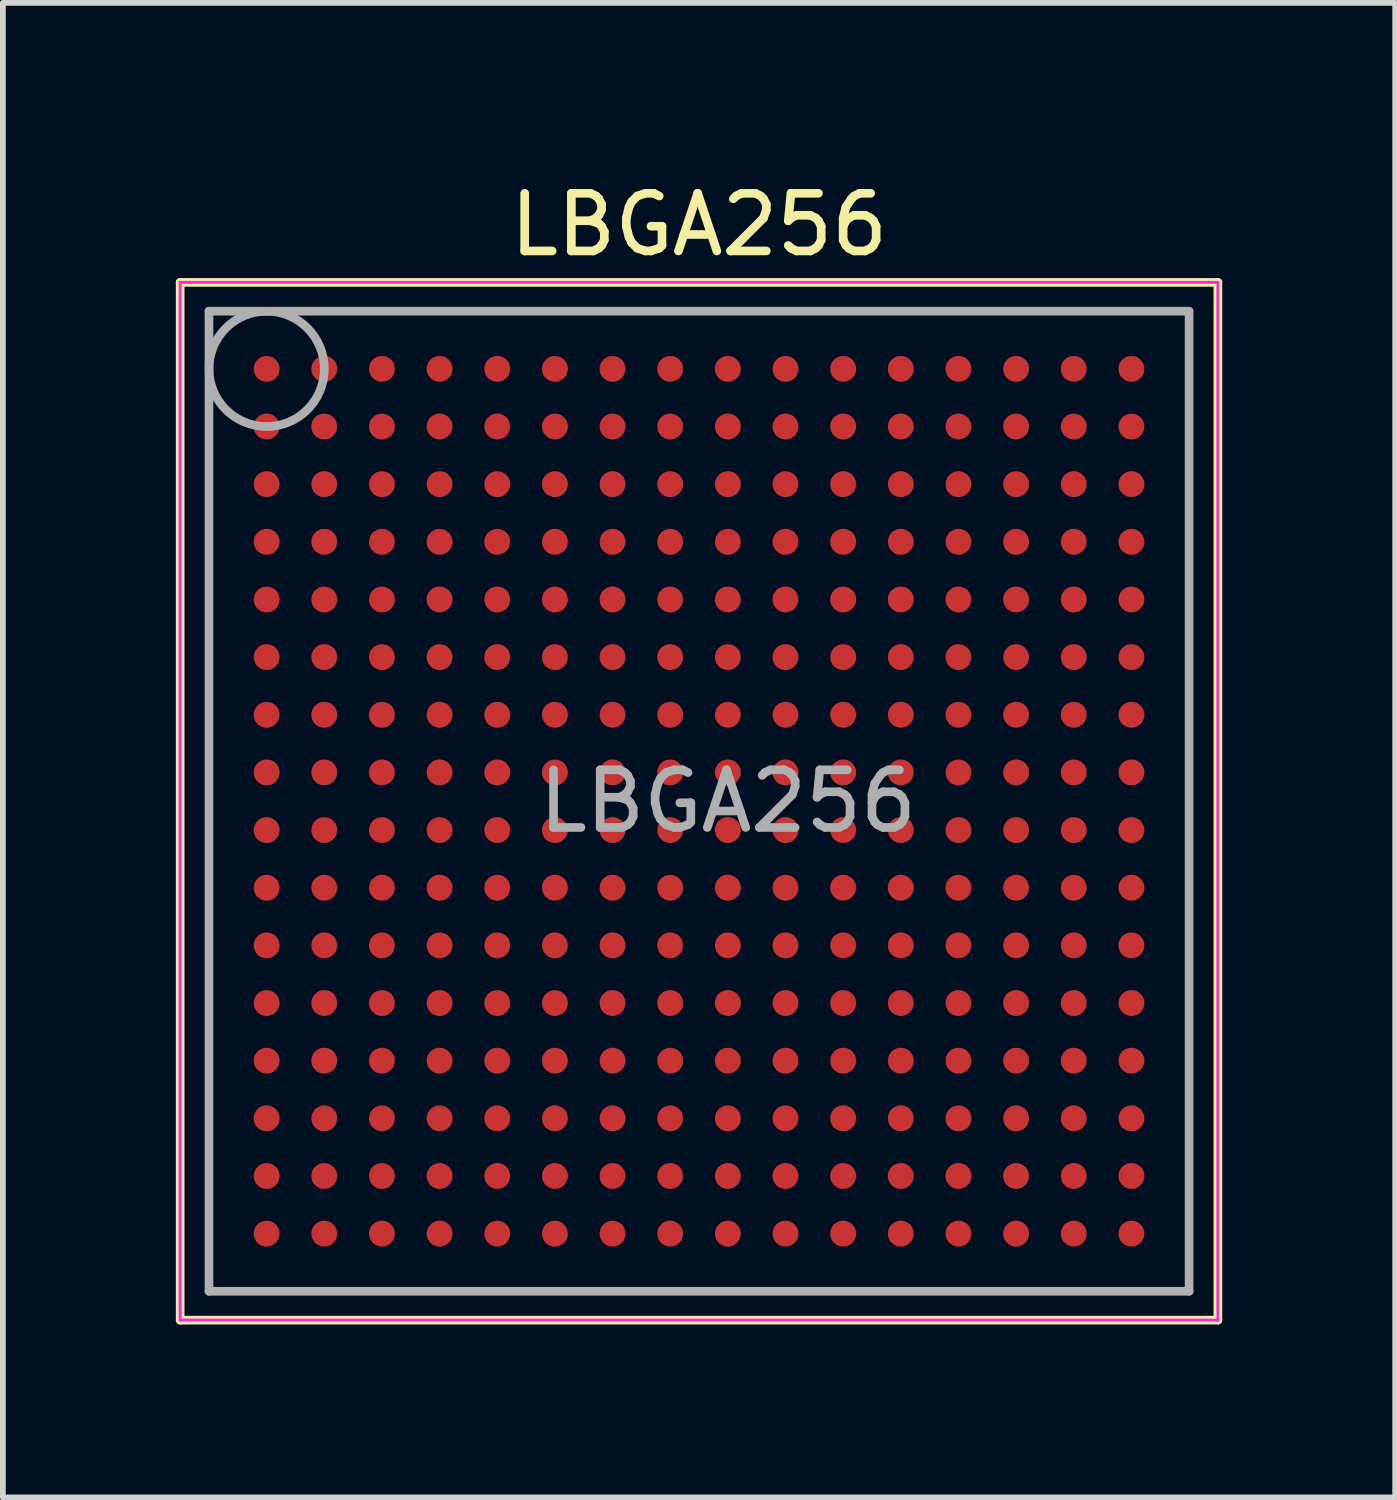
<source format=kicad_pcb>
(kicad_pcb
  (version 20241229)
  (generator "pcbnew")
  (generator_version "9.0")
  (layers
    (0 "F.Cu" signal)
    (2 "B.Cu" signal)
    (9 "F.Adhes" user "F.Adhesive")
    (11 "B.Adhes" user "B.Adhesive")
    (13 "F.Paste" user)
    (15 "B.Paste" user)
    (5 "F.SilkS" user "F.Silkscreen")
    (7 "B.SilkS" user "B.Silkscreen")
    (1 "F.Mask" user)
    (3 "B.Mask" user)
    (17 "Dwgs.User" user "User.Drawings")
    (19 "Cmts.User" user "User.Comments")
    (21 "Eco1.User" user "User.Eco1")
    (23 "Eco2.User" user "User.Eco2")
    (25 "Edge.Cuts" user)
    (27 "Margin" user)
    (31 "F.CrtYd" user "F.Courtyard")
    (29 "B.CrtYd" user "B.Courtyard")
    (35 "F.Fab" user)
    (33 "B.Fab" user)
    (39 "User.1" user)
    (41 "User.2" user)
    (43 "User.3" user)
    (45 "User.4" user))
  (footprint "LBGA256"
    (layer "F.Cu")
    (at 9.075 10.848)
    (property "Reference" "LBGA256" (at 0 -10 0) (layer "F.SilkS") (effects (font (size 1 1) (thickness 0.15))))
    (attr smd)
    (fp_line (start -9 -9) (end 9 -9) (stroke (width 0.15) (type solid)) (layer "F.SilkS"))
    (fp_line (start -9 9) (end -9 -9) (stroke (width 0.15) (type solid)) (layer "F.SilkS"))
    (fp_line (start 9 -9) (end 9 9) (stroke (width 0.15) (type solid)) (layer "F.SilkS"))
    (fp_line (start 9 9) (end -9 9) (stroke (width 0.15) (type solid)) (layer "F.SilkS"))
    (fp_line (start -9 -9) (end 9 -9) (stroke (width 0.05) (type solid)) (layer "F.CrtYd"))
    (fp_line (start -9 9) (end -9 -9) (stroke (width 0.05) (type solid)) (layer "F.CrtYd"))
    (fp_line (start 9 -9) (end 9 9) (stroke (width 0.05) (type solid)) (layer "F.CrtYd"))
    (fp_line (start 9 9) (end -9 9) (stroke (width 0.05) (type solid)) (layer "F.CrtYd"))
    (fp_line (start -8.5 -8.5) (end -8.5 8.5) (stroke (width 0.15) (type solid)) (layer "F.Fab"))
    (fp_line (start -8.5 8.5) (end 8.5 8.5) (stroke (width 0.15) (type solid)) (layer "F.Fab"))
    (fp_line (start 8.5 -8.5) (end -8.5 -8.5) (stroke (width 0.15) (type solid)) (layer "F.Fab"))
    (fp_line (start 8.5 8.5) (end 8.5 -8.5) (stroke (width 0.15) (type solid)) (layer "F.Fab"))
    (fp_circle (center -7.5 -7.5) (end -6.5 -7.5) (stroke (width 0.15) (type solid)) (fill no) (layer "F.Fab"))
    (fp_text user "${REFERENCE}" (at 0.5 0 0) (layer "F.Fab") (effects (font (size 1 1) (thickness 0.15))))
    (pad "A1" smd circle (at -7.5 -7.5) (size 0.45 0.45) (layers "F.Cu" "F.Mask" "F.Paste"))
    (pad "A2" smd circle (at -6.5 -7.5) (size 0.45 0.45) (layers "F.Cu" "F.Mask" "F.Paste"))
    (pad "A3" smd circle (at -5.5 -7.5) (size 0.45 0.45) (layers "F.Cu" "F.Mask" "F.Paste"))
    (pad "A4" smd circle (at -4.5 -7.5) (size 0.45 0.45) (layers "F.Cu" "F.Mask" "F.Paste"))
    (pad "A5" smd circle (at -3.5 -7.5) (size 0.45 0.45) (layers "F.Cu" "F.Mask" "F.Paste"))
    (pad "A6" smd circle (at -2.5 -7.5) (size 0.45 0.45) (layers "F.Cu" "F.Mask" "F.Paste"))
    (pad "A7" smd circle (at -1.5 -7.5) (size 0.45 0.45) (layers "F.Cu" "F.Mask" "F.Paste"))
    (pad "A8" smd circle (at -0.5 -7.5) (size 0.45 0.45) (layers "F.Cu" "F.Mask" "F.Paste"))
    (pad "A9" smd circle (at 0.5 -7.5) (size 0.45 0.45) (layers "F.Cu" "F.Mask" "F.Paste"))
    (pad "A10" smd circle (at 1.5 -7.5) (size 0.45 0.45) (layers "F.Cu" "F.Mask" "F.Paste"))
    (pad "A11" smd circle (at 2.5 -7.5) (size 0.45 0.45) (layers "F.Cu" "F.Mask" "F.Paste"))
    (pad "A12" smd circle (at 3.5 -7.5) (size 0.45 0.45) (layers "F.Cu" "F.Mask" "F.Paste"))
    (pad "A13" smd circle (at 4.5 -7.5) (size 0.45 0.45) (layers "F.Cu" "F.Mask" "F.Paste"))
    (pad "A14" smd circle (at 5.5 -7.5) (size 0.45 0.45) (layers "F.Cu" "F.Mask" "F.Paste"))
    (pad "A15" smd circle (at 6.5 -7.5) (size 0.45 0.45) (layers "F.Cu" "F.Mask" "F.Paste"))
    (pad "A16" smd circle (at 7.5 -7.5) (size 0.45 0.45) (layers "F.Cu" "F.Mask" "F.Paste"))
    (pad "B1" smd circle (at -7.5 -6.5) (size 0.45 0.45) (layers "F.Cu" "F.Mask" "F.Paste"))
    (pad "B2" smd circle (at -6.5 -6.5) (size 0.45 0.45) (layers "F.Cu" "F.Mask" "F.Paste"))
    (pad "B3" smd circle (at -5.5 -6.5) (size 0.45 0.45) (layers "F.Cu" "F.Mask" "F.Paste"))
    (pad "B4" smd circle (at -4.5 -6.5) (size 0.45 0.45) (layers "F.Cu" "F.Mask" "F.Paste"))
    (pad "B5" smd circle (at -3.5 -6.5) (size 0.45 0.45) (layers "F.Cu" "F.Mask" "F.Paste"))
    (pad "B6" smd circle (at -2.5 -6.5) (size 0.45 0.45) (layers "F.Cu" "F.Mask" "F.Paste"))
    (pad "B7" smd circle (at -1.5 -6.5) (size 0.45 0.45) (layers "F.Cu" "F.Mask" "F.Paste"))
    (pad "B8" smd circle (at -0.5 -6.5) (size 0.45 0.45) (layers "F.Cu" "F.Mask" "F.Paste"))
    (pad "B9" smd circle (at 0.5 -6.5) (size 0.45 0.45) (layers "F.Cu" "F.Mask" "F.Paste"))
    (pad "B10" smd circle (at 1.5 -6.5) (size 0.45 0.45) (layers "F.Cu" "F.Mask" "F.Paste"))
    (pad "B11" smd circle (at 2.5 -6.5) (size 0.45 0.45) (layers "F.Cu" "F.Mask" "F.Paste"))
    (pad "B12" smd circle (at 3.5 -6.5) (size 0.45 0.45) (layers "F.Cu" "F.Mask" "F.Paste"))
    (pad "B13" smd circle (at 4.5 -6.5) (size 0.45 0.45) (layers "F.Cu" "F.Mask" "F.Paste"))
    (pad "B14" smd circle (at 5.5 -6.5) (size 0.45 0.45) (layers "F.Cu" "F.Mask" "F.Paste"))
    (pad "B15" smd circle (at 6.5 -6.5) (size 0.45 0.45) (layers "F.Cu" "F.Mask" "F.Paste"))
    (pad "B16" smd circle (at 7.5 -6.5) (size 0.45 0.45) (layers "F.Cu" "F.Mask" "F.Paste"))
    (pad "C1" smd circle (at -7.5 -5.5) (size 0.45 0.45) (layers "F.Cu" "F.Mask" "F.Paste"))
    (pad "C2" smd circle (at -6.5 -5.5) (size 0.45 0.45) (layers "F.Cu" "F.Mask" "F.Paste"))
    (pad "C3" smd circle (at -5.5 -5.5) (size 0.45 0.45) (layers "F.Cu" "F.Mask" "F.Paste"))
    (pad "C4" smd circle (at -4.5 -5.5) (size 0.45 0.45) (layers "F.Cu" "F.Mask" "F.Paste"))
    (pad "C5" smd circle (at -3.5 -5.5) (size 0.45 0.45) (layers "F.Cu" "F.Mask" "F.Paste"))
    (pad "C6" smd circle (at -2.5 -5.5) (size 0.45 0.45) (layers "F.Cu" "F.Mask" "F.Paste"))
    (pad "C7" smd circle (at -1.5 -5.5) (size 0.45 0.45) (layers "F.Cu" "F.Mask" "F.Paste"))
    (pad "C8" smd circle (at -0.5 -5.5) (size 0.45 0.45) (layers "F.Cu" "F.Mask" "F.Paste"))
    (pad "C9" smd circle (at 0.5 -5.5) (size 0.45 0.45) (layers "F.Cu" "F.Mask" "F.Paste"))
    (pad "C10" smd circle (at 1.5 -5.5) (size 0.45 0.45) (layers "F.Cu" "F.Mask" "F.Paste"))
    (pad "C11" smd circle (at 2.5 -5.5) (size 0.45 0.45) (layers "F.Cu" "F.Mask" "F.Paste"))
    (pad "C12" smd circle (at 3.5 -5.5) (size 0.45 0.45) (layers "F.Cu" "F.Mask" "F.Paste"))
    (pad "C13" smd circle (at 4.5 -5.5) (size 0.45 0.45) (layers "F.Cu" "F.Mask" "F.Paste"))
    (pad "C14" smd circle (at 5.5 -5.5) (size 0.45 0.45) (layers "F.Cu" "F.Mask" "F.Paste"))
    (pad "C15" smd circle (at 6.5 -5.5) (size 0.45 0.45) (layers "F.Cu" "F.Mask" "F.Paste"))
    (pad "C16" smd circle (at 7.5 -5.5) (size 0.45 0.45) (layers "F.Cu" "F.Mask" "F.Paste"))
    (pad "D1" smd circle (at -7.5 -4.5) (size 0.45 0.45) (layers "F.Cu" "F.Mask" "F.Paste"))
    (pad "D2" smd circle (at -6.5 -4.5) (size 0.45 0.45) (layers "F.Cu" "F.Mask" "F.Paste"))
    (pad "D3" smd circle (at -5.5 -4.5) (size 0.45 0.45) (layers "F.Cu" "F.Mask" "F.Paste"))
    (pad "D4" smd circle (at -4.5 -4.5) (size 0.45 0.45) (layers "F.Cu" "F.Mask" "F.Paste"))
    (pad "D5" smd circle (at -3.5 -4.5) (size 0.45 0.45) (layers "F.Cu" "F.Mask" "F.Paste"))
    (pad "D6" smd circle (at -2.5 -4.5) (size 0.45 0.45) (layers "F.Cu" "F.Mask" "F.Paste"))
    (pad "D7" smd circle (at -1.5 -4.5) (size 0.45 0.45) (layers "F.Cu" "F.Mask" "F.Paste"))
    (pad "D8" smd circle (at -0.5 -4.5) (size 0.45 0.45) (layers "F.Cu" "F.Mask" "F.Paste"))
    (pad "D9" smd circle (at 0.5 -4.5) (size 0.45 0.45) (layers "F.Cu" "F.Mask" "F.Paste"))
    (pad "D10" smd circle (at 1.5 -4.5) (size 0.45 0.45) (layers "F.Cu" "F.Mask" "F.Paste"))
    (pad "D11" smd circle (at 2.5 -4.5) (size 0.45 0.45) (layers "F.Cu" "F.Mask" "F.Paste"))
    (pad "D12" smd circle (at 3.5 -4.5) (size 0.45 0.45) (layers "F.Cu" "F.Mask" "F.Paste"))
    (pad "D13" smd circle (at 4.5 -4.5) (size 0.45 0.45) (layers "F.Cu" "F.Mask" "F.Paste"))
    (pad "D14" smd circle (at 5.5 -4.5) (size 0.45 0.45) (layers "F.Cu" "F.Mask" "F.Paste"))
    (pad "D15" smd circle (at 6.5 -4.5) (size 0.45 0.45) (layers "F.Cu" "F.Mask" "F.Paste"))
    (pad "D16" smd circle (at 7.5 -4.5) (size 0.45 0.45) (layers "F.Cu" "F.Mask" "F.Paste"))
    (pad "E1" smd circle (at -7.5 -3.5) (size 0.45 0.45) (layers "F.Cu" "F.Mask" "F.Paste"))
    (pad "E2" smd circle (at -6.5 -3.5) (size 0.45 0.45) (layers "F.Cu" "F.Mask" "F.Paste"))
    (pad "E3" smd circle (at -5.5 -3.5) (size 0.45 0.45) (layers "F.Cu" "F.Mask" "F.Paste"))
    (pad "E4" smd circle (at -4.5 -3.5) (size 0.45 0.45) (layers "F.Cu" "F.Mask" "F.Paste"))
    (pad "E5" smd circle (at -3.5 -3.5) (size 0.45 0.45) (layers "F.Cu" "F.Mask" "F.Paste"))
    (pad "E6" smd circle (at -2.5 -3.5) (size 0.45 0.45) (layers "F.Cu" "F.Mask" "F.Paste"))
    (pad "E7" smd circle (at -1.5 -3.5) (size 0.45 0.45) (layers "F.Cu" "F.Mask" "F.Paste"))
    (pad "E8" smd circle (at -0.5 -3.5) (size 0.45 0.45) (layers "F.Cu" "F.Mask" "F.Paste"))
    (pad "E9" smd circle (at 0.5 -3.5) (size 0.45 0.45) (layers "F.Cu" "F.Mask" "F.Paste"))
    (pad "E10" smd circle (at 1.5 -3.5) (size 0.45 0.45) (layers "F.Cu" "F.Mask" "F.Paste"))
    (pad "E11" smd circle (at 2.5 -3.5) (size 0.45 0.45) (layers "F.Cu" "F.Mask" "F.Paste"))
    (pad "E12" smd circle (at 3.5 -3.5) (size 0.45 0.45) (layers "F.Cu" "F.Mask" "F.Paste"))
    (pad "E13" smd circle (at 4.5 -3.5) (size 0.45 0.45) (layers "F.Cu" "F.Mask" "F.Paste"))
    (pad "E14" smd circle (at 5.5 -3.5) (size 0.45 0.45) (layers "F.Cu" "F.Mask" "F.Paste"))
    (pad "E15" smd circle (at 6.5 -3.5) (size 0.45 0.45) (layers "F.Cu" "F.Mask" "F.Paste"))
    (pad "E16" smd circle (at 7.5 -3.5) (size 0.45 0.45) (layers "F.Cu" "F.Mask" "F.Paste"))
    (pad "F1" smd circle (at -7.5 -2.5) (size 0.45 0.45) (layers "F.Cu" "F.Mask" "F.Paste"))
    (pad "F2" smd circle (at -6.5 -2.5) (size 0.45 0.45) (layers "F.Cu" "F.Mask" "F.Paste"))
    (pad "F3" smd circle (at -5.5 -2.5) (size 0.45 0.45) (layers "F.Cu" "F.Mask" "F.Paste"))
    (pad "F4" smd circle (at -4.5 -2.5) (size 0.45 0.45) (layers "F.Cu" "F.Mask" "F.Paste"))
    (pad "F5" smd circle (at -3.5 -2.5) (size 0.45 0.45) (layers "F.Cu" "F.Mask" "F.Paste"))
    (pad "F6" smd circle (at -2.5 -2.5) (size 0.45 0.45) (layers "F.Cu" "F.Mask" "F.Paste"))
    (pad "F7" smd circle (at -1.5 -2.5) (size 0.45 0.45) (layers "F.Cu" "F.Mask" "F.Paste"))
    (pad "F8" smd circle (at -0.5 -2.5) (size 0.45 0.45) (layers "F.Cu" "F.Mask" "F.Paste"))
    (pad "F9" smd circle (at 0.5 -2.5) (size 0.45 0.45) (layers "F.Cu" "F.Mask" "F.Paste"))
    (pad "F10" smd circle (at 1.5 -2.5) (size 0.45 0.45) (layers "F.Cu" "F.Mask" "F.Paste"))
    (pad "F11" smd circle (at 2.5 -2.5) (size 0.45 0.45) (layers "F.Cu" "F.Mask" "F.Paste"))
    (pad "F12" smd circle (at 3.5 -2.5) (size 0.45 0.45) (layers "F.Cu" "F.Mask" "F.Paste"))
    (pad "F13" smd circle (at 4.5 -2.5) (size 0.45 0.45) (layers "F.Cu" "F.Mask" "F.Paste"))
    (pad "F14" smd circle (at 5.5 -2.5) (size 0.45 0.45) (layers "F.Cu" "F.Mask" "F.Paste"))
    (pad "F15" smd circle (at 6.5 -2.5) (size 0.45 0.45) (layers "F.Cu" "F.Mask" "F.Paste"))
    (pad "F16" smd circle (at 7.5 -2.5) (size 0.45 0.45) (layers "F.Cu" "F.Mask" "F.Paste"))
    (pad "G1" smd circle (at -7.5 -1.5) (size 0.45 0.45) (layers "F.Cu" "F.Mask" "F.Paste"))
    (pad "G2" smd circle (at -6.5 -1.5) (size 0.45 0.45) (layers "F.Cu" "F.Mask" "F.Paste"))
    (pad "G3" smd circle (at -5.5 -1.5) (size 0.45 0.45) (layers "F.Cu" "F.Mask" "F.Paste"))
    (pad "G4" smd circle (at -4.5 -1.5) (size 0.45 0.45) (layers "F.Cu" "F.Mask" "F.Paste"))
    (pad "G5" smd circle (at -3.5 -1.5) (size 0.45 0.45) (layers "F.Cu" "F.Mask" "F.Paste"))
    (pad "G6" smd circle (at -2.5 -1.5) (size 0.45 0.45) (layers "F.Cu" "F.Mask" "F.Paste"))
    (pad "G7" smd circle (at -1.5 -1.5) (size 0.45 0.45) (layers "F.Cu" "F.Mask" "F.Paste"))
    (pad "G8" smd circle (at -0.5 -1.5) (size 0.45 0.45) (layers "F.Cu" "F.Mask" "F.Paste"))
    (pad "G9" smd circle (at 0.5 -1.5) (size 0.45 0.45) (layers "F.Cu" "F.Mask" "F.Paste"))
    (pad "G10" smd circle (at 1.5 -1.5) (size 0.45 0.45) (layers "F.Cu" "F.Mask" "F.Paste"))
    (pad "G11" smd circle (at 2.5 -1.5) (size 0.45 0.45) (layers "F.Cu" "F.Mask" "F.Paste"))
    (pad "G12" smd circle (at 3.5 -1.5) (size 0.45 0.45) (layers "F.Cu" "F.Mask" "F.Paste"))
    (pad "G13" smd circle (at 4.5 -1.5) (size 0.45 0.45) (layers "F.Cu" "F.Mask" "F.Paste"))
    (pad "G14" smd circle (at 5.5 -1.5) (size 0.45 0.45) (layers "F.Cu" "F.Mask" "F.Paste"))
    (pad "G15" smd circle (at 6.5 -1.5) (size 0.45 0.45) (layers "F.Cu" "F.Mask" "F.Paste"))
    (pad "G16" smd circle (at 7.5 -1.5) (size 0.45 0.45) (layers "F.Cu" "F.Mask" "F.Paste"))
    (pad "H1" smd circle (at -7.5 -0.5) (size 0.45 0.45) (layers "F.Cu" "F.Mask" "F.Paste"))
    (pad "H2" smd circle (at -6.5 -0.5) (size 0.45 0.45) (layers "F.Cu" "F.Mask" "F.Paste"))
    (pad "H3" smd circle (at -5.5 -0.5) (size 0.45 0.45) (layers "F.Cu" "F.Mask" "F.Paste"))
    (pad "H4" smd circle (at -4.5 -0.5) (size 0.45 0.45) (layers "F.Cu" "F.Mask" "F.Paste"))
    (pad "H5" smd circle (at -3.5 -0.5) (size 0.45 0.45) (layers "F.Cu" "F.Mask" "F.Paste"))
    (pad "H6" smd circle (at -2.5 -0.5) (size 0.45 0.45) (layers "F.Cu" "F.Mask" "F.Paste"))
    (pad "H7" smd circle (at -1.5 -0.5) (size 0.45 0.45) (layers "F.Cu" "F.Mask" "F.Paste"))
    (pad "H8" smd circle (at -0.5 -0.5) (size 0.45 0.45) (layers "F.Cu" "F.Mask" "F.Paste"))
    (pad "H9" smd circle (at 0.5 -0.5) (size 0.45 0.45) (layers "F.Cu" "F.Mask" "F.Paste"))
    (pad "H10" smd circle (at 1.5 -0.5) (size 0.45 0.45) (layers "F.Cu" "F.Mask" "F.Paste"))
    (pad "H11" smd circle (at 2.5 -0.5) (size 0.45 0.45) (layers "F.Cu" "F.Mask" "F.Paste"))
    (pad "H12" smd circle (at 3.5 -0.5) (size 0.45 0.45) (layers "F.Cu" "F.Mask" "F.Paste"))
    (pad "H13" smd circle (at 4.5 -0.5) (size 0.45 0.45) (layers "F.Cu" "F.Mask" "F.Paste"))
    (pad "H14" smd circle (at 5.5 -0.5) (size 0.45 0.45) (layers "F.Cu" "F.Mask" "F.Paste"))
    (pad "H15" smd circle (at 6.5 -0.5) (size 0.45 0.45) (layers "F.Cu" "F.Mask" "F.Paste"))
    (pad "H16" smd circle (at 7.5 -0.5) (size 0.45 0.45) (layers "F.Cu" "F.Mask" "F.Paste"))
    (pad "J1" smd circle (at -7.5 0.5) (size 0.45 0.45) (layers "F.Cu" "F.Mask" "F.Paste"))
    (pad "J2" smd circle (at -6.5 0.5) (size 0.45 0.45) (layers "F.Cu" "F.Mask" "F.Paste"))
    (pad "J3" smd circle (at -5.5 0.5) (size 0.45 0.45) (layers "F.Cu" "F.Mask" "F.Paste"))
    (pad "J4" smd circle (at -4.5 0.5) (size 0.45 0.45) (layers "F.Cu" "F.Mask" "F.Paste"))
    (pad "J5" smd circle (at -3.5 0.5) (size 0.45 0.45) (layers "F.Cu" "F.Mask" "F.Paste"))
    (pad "J6" smd circle (at -2.5 0.5) (size 0.45 0.45) (layers "F.Cu" "F.Mask" "F.Paste"))
    (pad "J7" smd circle (at -1.5 0.5) (size 0.45 0.45) (layers "F.Cu" "F.Mask" "F.Paste"))
    (pad "J8" smd circle (at -0.5 0.5) (size 0.45 0.45) (layers "F.Cu" "F.Mask" "F.Paste"))
    (pad "J9" smd circle (at 0.5 0.5) (size 0.45 0.45) (layers "F.Cu" "F.Mask" "F.Paste"))
    (pad "J10" smd circle (at 1.5 0.5) (size 0.45 0.45) (layers "F.Cu" "F.Mask" "F.Paste"))
    (pad "J11" smd circle (at 2.5 0.5) (size 0.45 0.45) (layers "F.Cu" "F.Mask" "F.Paste"))
    (pad "J12" smd circle (at 3.5 0.5) (size 0.45 0.45) (layers "F.Cu" "F.Mask" "F.Paste"))
    (pad "J13" smd circle (at 4.5 0.5) (size 0.45 0.45) (layers "F.Cu" "F.Mask" "F.Paste"))
    (pad "J14" smd circle (at 5.5 0.5) (size 0.45 0.45) (layers "F.Cu" "F.Mask" "F.Paste"))
    (pad "J15" smd circle (at 6.5 0.5) (size 0.45 0.45) (layers "F.Cu" "F.Mask" "F.Paste"))
    (pad "J16" smd circle (at 7.5 0.5) (size 0.45 0.45) (layers "F.Cu" "F.Mask" "F.Paste"))
    (pad "K1" smd circle (at -7.5 1.5) (size 0.45 0.45) (layers "F.Cu" "F.Mask" "F.Paste"))
    (pad "K2" smd circle (at -6.5 1.5) (size 0.45 0.45) (layers "F.Cu" "F.Mask" "F.Paste"))
    (pad "K3" smd circle (at -5.5 1.5) (size 0.45 0.45) (layers "F.Cu" "F.Mask" "F.Paste"))
    (pad "K4" smd circle (at -4.5 1.5) (size 0.45 0.45) (layers "F.Cu" "F.Mask" "F.Paste"))
    (pad "K5" smd circle (at -3.5 1.5) (size 0.45 0.45) (layers "F.Cu" "F.Mask" "F.Paste"))
    (pad "K6" smd circle (at -2.5 1.5) (size 0.45 0.45) (layers "F.Cu" "F.Mask" "F.Paste"))
    (pad "K7" smd circle (at -1.5 1.5) (size 0.45 0.45) (layers "F.Cu" "F.Mask" "F.Paste"))
    (pad "K8" smd circle (at -0.5 1.5) (size 0.45 0.45) (layers "F.Cu" "F.Mask" "F.Paste"))
    (pad "K9" smd circle (at 0.5 1.5) (size 0.45 0.45) (layers "F.Cu" "F.Mask" "F.Paste"))
    (pad "K10" smd circle (at 1.5 1.5) (size 0.45 0.45) (layers "F.Cu" "F.Mask" "F.Paste"))
    (pad "K11" smd circle (at 2.5 1.5) (size 0.45 0.45) (layers "F.Cu" "F.Mask" "F.Paste"))
    (pad "K12" smd circle (at 3.5 1.5) (size 0.45 0.45) (layers "F.Cu" "F.Mask" "F.Paste"))
    (pad "K13" smd circle (at 4.5 1.5) (size 0.45 0.45) (layers "F.Cu" "F.Mask" "F.Paste"))
    (pad "K14" smd circle (at 5.5 1.5) (size 0.45 0.45) (layers "F.Cu" "F.Mask" "F.Paste"))
    (pad "K15" smd circle (at 6.5 1.5) (size 0.45 0.45) (layers "F.Cu" "F.Mask" "F.Paste"))
    (pad "K16" smd circle (at 7.5 1.5) (size 0.45 0.45) (layers "F.Cu" "F.Mask" "F.Paste"))
    (pad "L1" smd circle (at -7.5 2.5) (size 0.45 0.45) (layers "F.Cu" "F.Mask" "F.Paste"))
    (pad "L2" smd circle (at -6.5 2.5) (size 0.45 0.45) (layers "F.Cu" "F.Mask" "F.Paste"))
    (pad "L3" smd circle (at -5.5 2.5) (size 0.45 0.45) (layers "F.Cu" "F.Mask" "F.Paste"))
    (pad "L4" smd circle (at -4.5 2.5) (size 0.45 0.45) (layers "F.Cu" "F.Mask" "F.Paste"))
    (pad "L5" smd circle (at -3.5 2.5) (size 0.45 0.45) (layers "F.Cu" "F.Mask" "F.Paste"))
    (pad "L6" smd circle (at -2.5 2.5) (size 0.45 0.45) (layers "F.Cu" "F.Mask" "F.Paste"))
    (pad "L7" smd circle (at -1.5 2.5) (size 0.45 0.45) (layers "F.Cu" "F.Mask" "F.Paste"))
    (pad "L8" smd circle (at -0.5 2.5) (size 0.45 0.45) (layers "F.Cu" "F.Mask" "F.Paste"))
    (pad "L9" smd circle (at 0.5 2.5) (size 0.45 0.45) (layers "F.Cu" "F.Mask" "F.Paste"))
    (pad "L10" smd circle (at 1.5 2.5) (size 0.45 0.45) (layers "F.Cu" "F.Mask" "F.Paste"))
    (pad "L11" smd circle (at 2.5 2.5) (size 0.45 0.45) (layers "F.Cu" "F.Mask" "F.Paste"))
    (pad "L12" smd circle (at 3.5 2.5) (size 0.45 0.45) (layers "F.Cu" "F.Mask" "F.Paste"))
    (pad "L13" smd circle (at 4.5 2.5) (size 0.45 0.45) (layers "F.Cu" "F.Mask" "F.Paste"))
    (pad "L14" smd circle (at 5.5 2.5) (size 0.45 0.45) (layers "F.Cu" "F.Mask" "F.Paste"))
    (pad "L15" smd circle (at 6.5 2.5) (size 0.45 0.45) (layers "F.Cu" "F.Mask" "F.Paste"))
    (pad "L16" smd circle (at 7.5 2.5) (size 0.45 0.45) (layers "F.Cu" "F.Mask" "F.Paste"))
    (pad "M1" smd circle (at -7.5 3.5) (size 0.45 0.45) (layers "F.Cu" "F.Mask" "F.Paste"))
    (pad "M2" smd circle (at -6.5 3.5) (size 0.45 0.45) (layers "F.Cu" "F.Mask" "F.Paste"))
    (pad "M3" smd circle (at -5.5 3.5) (size 0.45 0.45) (layers "F.Cu" "F.Mask" "F.Paste"))
    (pad "M4" smd circle (at -4.5 3.5) (size 0.45 0.45) (layers "F.Cu" "F.Mask" "F.Paste"))
    (pad "M5" smd circle (at -3.5 3.5) (size 0.45 0.45) (layers "F.Cu" "F.Mask" "F.Paste"))
    (pad "M6" smd circle (at -2.5 3.5) (size 0.45 0.45) (layers "F.Cu" "F.Mask" "F.Paste"))
    (pad "M7" smd circle (at -1.5 3.5) (size 0.45 0.45) (layers "F.Cu" "F.Mask" "F.Paste"))
    (pad "M8" smd circle (at -0.5 3.5) (size 0.45 0.45) (layers "F.Cu" "F.Mask" "F.Paste"))
    (pad "M9" smd circle (at 0.5 3.5) (size 0.45 0.45) (layers "F.Cu" "F.Mask" "F.Paste"))
    (pad "M10" smd circle (at 1.5 3.5) (size 0.45 0.45) (layers "F.Cu" "F.Mask" "F.Paste"))
    (pad "M11" smd circle (at 2.5 3.5) (size 0.45 0.45) (layers "F.Cu" "F.Mask" "F.Paste"))
    (pad "M12" smd circle (at 3.5 3.5) (size 0.45 0.45) (layers "F.Cu" "F.Mask" "F.Paste"))
    (pad "M13" smd circle (at 4.5 3.5) (size 0.45 0.45) (layers "F.Cu" "F.Mask" "F.Paste"))
    (pad "M14" smd circle (at 5.5 3.5) (size 0.45 0.45) (layers "F.Cu" "F.Mask" "F.Paste"))
    (pad "M15" smd circle (at 6.5 3.5) (size 0.45 0.45) (layers "F.Cu" "F.Mask" "F.Paste"))
    (pad "M16" smd circle (at 7.5 3.5) (size 0.45 0.45) (layers "F.Cu" "F.Mask" "F.Paste"))
    (pad "N1" smd circle (at -7.5 4.5) (size 0.45 0.45) (layers "F.Cu" "F.Mask" "F.Paste"))
    (pad "N2" smd circle (at -6.5 4.5) (size 0.45 0.45) (layers "F.Cu" "F.Mask" "F.Paste"))
    (pad "N3" smd circle (at -5.5 4.5) (size 0.45 0.45) (layers "F.Cu" "F.Mask" "F.Paste"))
    (pad "N4" smd circle (at -4.5 4.5) (size 0.45 0.45) (layers "F.Cu" "F.Mask" "F.Paste"))
    (pad "N5" smd circle (at -3.5 4.5) (size 0.45 0.45) (layers "F.Cu" "F.Mask" "F.Paste"))
    (pad "N6" smd circle (at -2.5 4.5) (size 0.45 0.45) (layers "F.Cu" "F.Mask" "F.Paste"))
    (pad "N7" smd circle (at -1.5 4.5) (size 0.45 0.45) (layers "F.Cu" "F.Mask" "F.Paste"))
    (pad "N8" smd circle (at -0.5 4.5) (size 0.45 0.45) (layers "F.Cu" "F.Mask" "F.Paste"))
    (pad "N9" smd circle (at 0.5 4.5) (size 0.45 0.45) (layers "F.Cu" "F.Mask" "F.Paste"))
    (pad "N10" smd circle (at 1.5 4.5) (size 0.45 0.45) (layers "F.Cu" "F.Mask" "F.Paste"))
    (pad "N11" smd circle (at 2.5 4.5) (size 0.45 0.45) (layers "F.Cu" "F.Mask" "F.Paste"))
    (pad "N12" smd circle (at 3.5 4.5) (size 0.45 0.45) (layers "F.Cu" "F.Mask" "F.Paste"))
    (pad "N13" smd circle (at 4.5 4.5) (size 0.45 0.45) (layers "F.Cu" "F.Mask" "F.Paste"))
    (pad "N14" smd circle (at 5.5 4.5) (size 0.45 0.45) (layers "F.Cu" "F.Mask" "F.Paste"))
    (pad "N15" smd circle (at 6.5 4.5) (size 0.45 0.45) (layers "F.Cu" "F.Mask" "F.Paste"))
    (pad "N16" smd circle (at 7.5 4.5) (size 0.45 0.45) (layers "F.Cu" "F.Mask" "F.Paste"))
    (pad "P1" smd circle (at -7.5 5.5) (size 0.45 0.45) (layers "F.Cu" "F.Mask" "F.Paste"))
    (pad "P2" smd circle (at -6.5 5.5) (size 0.45 0.45) (layers "F.Cu" "F.Mask" "F.Paste"))
    (pad "P3" smd circle (at -5.5 5.5) (size 0.45 0.45) (layers "F.Cu" "F.Mask" "F.Paste"))
    (pad "P4" smd circle (at -4.5 5.5) (size 0.45 0.45) (layers "F.Cu" "F.Mask" "F.Paste"))
    (pad "P5" smd circle (at -3.5 5.5) (size 0.45 0.45) (layers "F.Cu" "F.Mask" "F.Paste"))
    (pad "P6" smd circle (at -2.5 5.5) (size 0.45 0.45) (layers "F.Cu" "F.Mask" "F.Paste"))
    (pad "P7" smd circle (at -1.5 5.5) (size 0.45 0.45) (layers "F.Cu" "F.Mask" "F.Paste"))
    (pad "P8" smd circle (at -0.5 5.5) (size 0.45 0.45) (layers "F.Cu" "F.Mask" "F.Paste"))
    (pad "P9" smd circle (at 0.5 5.5) (size 0.45 0.45) (layers "F.Cu" "F.Mask" "F.Paste"))
    (pad "P10" smd circle (at 1.5 5.5) (size 0.45 0.45) (layers "F.Cu" "F.Mask" "F.Paste"))
    (pad "P11" smd circle (at 2.5 5.5) (size 0.45 0.45) (layers "F.Cu" "F.Mask" "F.Paste"))
    (pad "P12" smd circle (at 3.5 5.5) (size 0.45 0.45) (layers "F.Cu" "F.Mask" "F.Paste"))
    (pad "P13" smd circle (at 4.5 5.5) (size 0.45 0.45) (layers "F.Cu" "F.Mask" "F.Paste"))
    (pad "P14" smd circle (at 5.5 5.5) (size 0.45 0.45) (layers "F.Cu" "F.Mask" "F.Paste"))
    (pad "P15" smd circle (at 6.5 5.5) (size 0.45 0.45) (layers "F.Cu" "F.Mask" "F.Paste"))
    (pad "P16" smd circle (at 7.5 5.5) (size 0.45 0.45) (layers "F.Cu" "F.Mask" "F.Paste"))
    (pad "R1" smd circle (at -7.5 6.5) (size 0.45 0.45) (layers "F.Cu" "F.Mask" "F.Paste"))
    (pad "R2" smd circle (at -6.5 6.5) (size 0.45 0.45) (layers "F.Cu" "F.Mask" "F.Paste"))
    (pad "R3" smd circle (at -5.5 6.5) (size 0.45 0.45) (layers "F.Cu" "F.Mask" "F.Paste"))
    (pad "R4" smd circle (at -4.5 6.5) (size 0.45 0.45) (layers "F.Cu" "F.Mask" "F.Paste"))
    (pad "R5" smd circle (at -3.5 6.5) (size 0.45 0.45) (layers "F.Cu" "F.Mask" "F.Paste"))
    (pad "R6" smd circle (at -2.5 6.5) (size 0.45 0.45) (layers "F.Cu" "F.Mask" "F.Paste"))
    (pad "R7" smd circle (at -1.5 6.5) (size 0.45 0.45) (layers "F.Cu" "F.Mask" "F.Paste"))
    (pad "R8" smd circle (at -0.5 6.5) (size 0.45 0.45) (layers "F.Cu" "F.Mask" "F.Paste"))
    (pad "R9" smd circle (at 0.5 6.5) (size 0.45 0.45) (layers "F.Cu" "F.Mask" "F.Paste"))
    (pad "R10" smd circle (at 1.5 6.5) (size 0.45 0.45) (layers "F.Cu" "F.Mask" "F.Paste"))
    (pad "R11" smd circle (at 2.5 6.5) (size 0.45 0.45) (layers "F.Cu" "F.Mask" "F.Paste"))
    (pad "R12" smd circle (at 3.5 6.5) (size 0.45 0.45) (layers "F.Cu" "F.Mask" "F.Paste"))
    (pad "R13" smd circle (at 4.5 6.5) (size 0.45 0.45) (layers "F.Cu" "F.Mask" "F.Paste"))
    (pad "R14" smd circle (at 5.5 6.5) (size 0.45 0.45) (layers "F.Cu" "F.Mask" "F.Paste"))
    (pad "R15" smd circle (at 6.5 6.5) (size 0.45 0.45) (layers "F.Cu" "F.Mask" "F.Paste"))
    (pad "R16" smd circle (at 7.5 6.5) (size 0.45 0.45) (layers "F.Cu" "F.Mask" "F.Paste"))
    (pad "T1" smd circle (at -7.5 7.5) (size 0.45 0.45) (layers "F.Cu" "F.Mask" "F.Paste"))
    (pad "T2" smd circle (at -6.5 7.5) (size 0.45 0.45) (layers "F.Cu" "F.Mask" "F.Paste"))
    (pad "T3" smd circle (at -5.5 7.5) (size 0.45 0.45) (layers "F.Cu" "F.Mask" "F.Paste"))
    (pad "T4" smd circle (at -4.5 7.5) (size 0.45 0.45) (layers "F.Cu" "F.Mask" "F.Paste"))
    (pad "T5" smd circle (at -3.5 7.5) (size 0.45 0.45) (layers "F.Cu" "F.Mask" "F.Paste"))
    (pad "T6" smd circle (at -2.5 7.5) (size 0.45 0.45) (layers "F.Cu" "F.Mask" "F.Paste"))
    (pad "T7" smd circle (at -1.5 7.5) (size 0.45 0.45) (layers "F.Cu" "F.Mask" "F.Paste"))
    (pad "T8" smd circle (at -0.5 7.5) (size 0.45 0.45) (layers "F.Cu" "F.Mask" "F.Paste"))
    (pad "T9" smd circle (at 0.5 7.5) (size 0.45 0.45) (layers "F.Cu" "F.Mask" "F.Paste"))
    (pad "T10" smd circle (at 1.5 7.5) (size 0.45 0.45) (layers "F.Cu" "F.Mask" "F.Paste"))
    (pad "T11" smd circle (at 2.5 7.5) (size 0.45 0.45) (layers "F.Cu" "F.Mask" "F.Paste"))
    (pad "T12" smd circle (at 3.5 7.5) (size 0.45 0.45) (layers "F.Cu" "F.Mask" "F.Paste"))
    (pad "T13" smd circle (at 4.5 7.5) (size 0.45 0.45) (layers "F.Cu" "F.Mask" "F.Paste"))
    (pad "T14" smd circle (at 5.5 7.5) (size 0.45 0.45) (layers "F.Cu" "F.Mask" "F.Paste"))
    (pad "T15" smd circle (at 6.5 7.5) (size 0.45 0.45) (layers "F.Cu" "F.Mask" "F.Paste"))
    (pad "T16" smd circle (at 7.5 7.5) (size 0.45 0.45) (layers "F.Cu" "F.Mask" "F.Paste")))
  (gr_rect
    (start -3 -3)
    (end 21.15 22.923)
    (stroke (width 0.1) (type default))
    (fill no)
    (layer "Edge.Cuts")))
</source>
